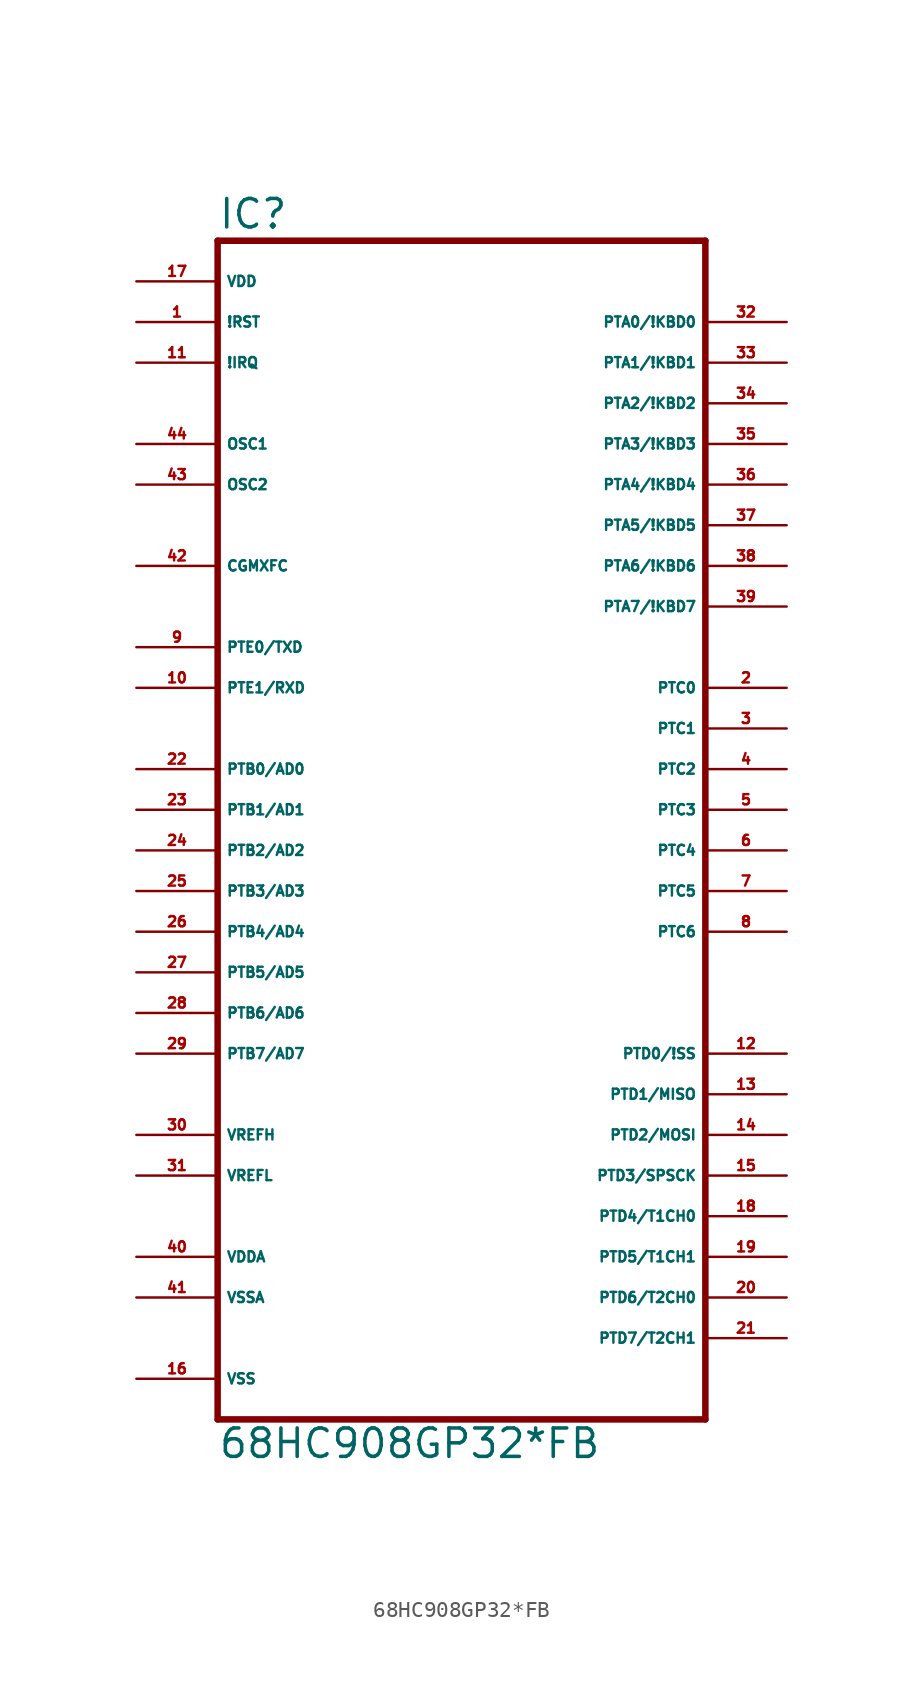
<source format=kicad_sym>
(kicad_symbol_lib
  (version 20220914)
  (generator Eagle2Kicad)
  (symbol "68HC908GP32*FB"
    (property "Reference" "IC"
      (at -15.24 38.735 0)
      (effects (font (size 1.778 1.778) (thickness 0.22)) (justify left bottom)))
    (property "Value" "68HC908GP32*FB"
      (at -15.24 -38.1 0)
      (effects (font (size 1.778 1.778) (thickness 0.22)) (justify left bottom)))
    (polyline
      (pts (xy -15.24 -35.56) (xy 15.24 -35.56))
      (stroke (width 0.406) (type default))
      (fill (type none)))
    (polyline
      (pts (xy 15.24 -35.56) (xy 15.24 38.1))
      (stroke (width 0.406) (type default))
      (fill (type none)))
    (polyline
      (pts (xy 15.24 38.1) (xy -15.24 38.1))
      (stroke (width 0.406) (type default))
      (fill (type none)))
    (polyline
      (pts (xy -15.24 38.1) (xy -15.24 -35.56))
      (stroke (width 0.406) (type default))
      (fill (type none)))
    (pin input line
      (at -20.32 25.4 0)
      (length 5.08)
      (name "OSC1" (effects (font (size 0.635 0.635) (thickness 0.08)) (justify left bottom)))
      (number "44" (effects (font (size 0.635 0.635) (thickness 0.08)) (justify left bottom))))
    (pin input line
      (at -20.32 22.86 0)
      (length 5.08)
      (name "OSC2" (effects (font (size 0.635 0.635) (thickness 0.08)) (justify left bottom)))
      (number "43" (effects (font (size 0.635 0.635) (thickness 0.08)) (justify left bottom))))
    (pin input line
      (at -20.32 33.02 0)
      (length 5.08)
      (name "!RST" (effects (font (size 0.635 0.635) (thickness 0.08)) (justify left bottom)))
      (number "1" (effects (font (size 0.635 0.635) (thickness 0.08)) (justify left bottom))))
    (pin bidirectional line
      (at 20.32 10.16 180)
      (length 5.08)
      (name "PTC0" (effects (font (size 0.635 0.635) (thickness 0.08)) (justify left bottom)))
      (number "2" (effects (font (size 0.635 0.635) (thickness 0.08)) (justify left bottom))))
    (pin input line
      (at -20.32 17.78 0)
      (length 5.08)
      (name "CGMXFC" (effects (font (size 0.635 0.635) (thickness 0.08)) (justify left bottom)))
      (number "42" (effects (font (size 0.635 0.635) (thickness 0.08)) (justify left bottom))))
    (pin bidirectional line
      (at 20.32 7.62 180)
      (length 5.08)
      (name "PTC1" (effects (font (size 0.635 0.635) (thickness 0.08)) (justify left bottom)))
      (number "3" (effects (font (size 0.635 0.635) (thickness 0.08)) (justify left bottom))))
    (pin bidirectional line
      (at 20.32 5.08 180)
      (length 5.08)
      (name "PTC2" (effects (font (size 0.635 0.635) (thickness 0.08)) (justify left bottom)))
      (number "4" (effects (font (size 0.635 0.635) (thickness 0.08)) (justify left bottom))))
    (pin bidirectional line
      (at 20.32 2.54 180)
      (length 5.08)
      (name "PTC3" (effects (font (size 0.635 0.635) (thickness 0.08)) (justify left bottom)))
      (number "5" (effects (font (size 0.635 0.635) (thickness 0.08)) (justify left bottom))))
    (pin bidirectional line
      (at 20.32 0 180)
      (length 5.08)
      (name "PTC4" (effects (font (size 0.635 0.635) (thickness 0.08)) (justify left bottom)))
      (number "6" (effects (font (size 0.635 0.635) (thickness 0.08)) (justify left bottom))))
    (pin bidirectional line
      (at 20.32 -2.54 180)
      (length 5.08)
      (name "PTC5" (effects (font (size 0.635 0.635) (thickness 0.08)) (justify left bottom)))
      (number "7" (effects (font (size 0.635 0.635) (thickness 0.08)) (justify left bottom))))
    (pin bidirectional line
      (at 20.32 -5.08 180)
      (length 5.08)
      (name "PTC6" (effects (font (size 0.635 0.635) (thickness 0.08)) (justify left bottom)))
      (number "8" (effects (font (size 0.635 0.635) (thickness 0.08)) (justify left bottom))))
    (pin bidirectional line
      (at 20.32 -12.7 180)
      (length 5.08)
      (name "PTD0/!SS" (effects (font (size 0.635 0.635) (thickness 0.08)) (justify left bottom)))
      (number "12" (effects (font (size 0.635 0.635) (thickness 0.08)) (justify left bottom))))
    (pin bidirectional line
      (at 20.32 -15.24 180)
      (length 5.08)
      (name "PTD1/MISO" (effects (font (size 0.635 0.635) (thickness 0.08)) (justify left bottom)))
      (number "13" (effects (font (size 0.635 0.635) (thickness 0.08)) (justify left bottom))))
    (pin bidirectional line
      (at 20.32 -17.78 180)
      (length 5.08)
      (name "PTD2/MOSI" (effects (font (size 0.635 0.635) (thickness 0.08)) (justify left bottom)))
      (number "14" (effects (font (size 0.635 0.635) (thickness 0.08)) (justify left bottom))))
    (pin bidirectional line
      (at 20.32 -20.32 180)
      (length 5.08)
      (name "PTD3/SPSCK" (effects (font (size 0.635 0.635) (thickness 0.08)) (justify left bottom)))
      (number "15" (effects (font (size 0.635 0.635) (thickness 0.08)) (justify left bottom))))
    (pin bidirectional line
      (at 20.32 -22.86 180)
      (length 5.08)
      (name "PTD4/T1CH0" (effects (font (size 0.635 0.635) (thickness 0.08)) (justify left bottom)))
      (number "18" (effects (font (size 0.635 0.635) (thickness 0.08)) (justify left bottom))))
    (pin bidirectional line
      (at 20.32 -25.4 180)
      (length 5.08)
      (name "PTD5/T1CH1" (effects (font (size 0.635 0.635) (thickness 0.08)) (justify left bottom)))
      (number "19" (effects (font (size 0.635 0.635) (thickness 0.08)) (justify left bottom))))
    (pin bidirectional line
      (at 20.32 -27.94 180)
      (length 5.08)
      (name "PTD6/T2CH0" (effects (font (size 0.635 0.635) (thickness 0.08)) (justify left bottom)))
      (number "20" (effects (font (size 0.635 0.635) (thickness 0.08)) (justify left bottom))))
    (pin bidirectional line
      (at 20.32 -30.48 180)
      (length 5.08)
      (name "PTD7/T2CH1" (effects (font (size 0.635 0.635) (thickness 0.08)) (justify left bottom)))
      (number "21" (effects (font (size 0.635 0.635) (thickness 0.08)) (justify left bottom))))
    (pin bidirectional line
      (at -20.32 12.7 0)
      (length 5.08)
      (name "PTE0/TXD" (effects (font (size 0.635 0.635) (thickness 0.08)) (justify left bottom)))
      (number "9" (effects (font (size 0.635 0.635) (thickness 0.08)) (justify left bottom))))
    (pin bidirectional line
      (at -20.32 10.16 0)
      (length 5.08)
      (name "PTE1/RXD" (effects (font (size 0.635 0.635) (thickness 0.08)) (justify left bottom)))
      (number "10" (effects (font (size 0.635 0.635) (thickness 0.08)) (justify left bottom))))
    (pin bidirectional line
      (at -20.32 5.08 0)
      (length 5.08)
      (name "PTB0/AD0" (effects (font (size 0.635 0.635) (thickness 0.08)) (justify left bottom)))
      (number "22" (effects (font (size 0.635 0.635) (thickness 0.08)) (justify left bottom))))
    (pin bidirectional line
      (at -20.32 2.54 0)
      (length 5.08)
      (name "PTB1/AD1" (effects (font (size 0.635 0.635) (thickness 0.08)) (justify left bottom)))
      (number "23" (effects (font (size 0.635 0.635) (thickness 0.08)) (justify left bottom))))
    (pin bidirectional line
      (at -20.32 0 0)
      (length 5.08)
      (name "PTB2/AD2" (effects (font (size 0.635 0.635) (thickness 0.08)) (justify left bottom)))
      (number "24" (effects (font (size 0.635 0.635) (thickness 0.08)) (justify left bottom))))
    (pin bidirectional line
      (at -20.32 -2.54 0)
      (length 5.08)
      (name "PTB3/AD3" (effects (font (size 0.635 0.635) (thickness 0.08)) (justify left bottom)))
      (number "25" (effects (font (size 0.635 0.635) (thickness 0.08)) (justify left bottom))))
    (pin bidirectional line
      (at -20.32 -5.08 0)
      (length 5.08)
      (name "PTB4/AD4" (effects (font (size 0.635 0.635) (thickness 0.08)) (justify left bottom)))
      (number "26" (effects (font (size 0.635 0.635) (thickness 0.08)) (justify left bottom))))
    (pin bidirectional line
      (at -20.32 -7.62 0)
      (length 5.08)
      (name "PTB5/AD5" (effects (font (size 0.635 0.635) (thickness 0.08)) (justify left bottom)))
      (number "27" (effects (font (size 0.635 0.635) (thickness 0.08)) (justify left bottom))))
    (pin bidirectional line
      (at -20.32 -10.16 0)
      (length 5.08)
      (name "PTB6/AD6" (effects (font (size 0.635 0.635) (thickness 0.08)) (justify left bottom)))
      (number "28" (effects (font (size 0.635 0.635) (thickness 0.08)) (justify left bottom))))
    (pin bidirectional line
      (at -20.32 -12.7 0)
      (length 5.08)
      (name "PTB7/AD7" (effects (font (size 0.635 0.635) (thickness 0.08)) (justify left bottom)))
      (number "29" (effects (font (size 0.635 0.635) (thickness 0.08)) (justify left bottom))))
    (pin bidirectional line
      (at 20.32 33.02 180)
      (length 5.08)
      (name "PTA0/!KBD0" (effects (font (size 0.635 0.635) (thickness 0.08)) (justify left bottom)))
      (number "32" (effects (font (size 0.635 0.635) (thickness 0.08)) (justify left bottom))))
    (pin bidirectional line
      (at 20.32 30.48 180)
      (length 5.08)
      (name "PTA1/!KBD1" (effects (font (size 0.635 0.635) (thickness 0.08)) (justify left bottom)))
      (number "33" (effects (font (size 0.635 0.635) (thickness 0.08)) (justify left bottom))))
    (pin bidirectional line
      (at 20.32 27.94 180)
      (length 5.08)
      (name "PTA2/!KBD2" (effects (font (size 0.635 0.635) (thickness 0.08)) (justify left bottom)))
      (number "34" (effects (font (size 0.635 0.635) (thickness 0.08)) (justify left bottom))))
    (pin bidirectional line
      (at 20.32 25.4 180)
      (length 5.08)
      (name "PTA3/!KBD3" (effects (font (size 0.635 0.635) (thickness 0.08)) (justify left bottom)))
      (number "35" (effects (font (size 0.635 0.635) (thickness 0.08)) (justify left bottom))))
    (pin bidirectional line
      (at 20.32 22.86 180)
      (length 5.08)
      (name "PTA4/!KBD4" (effects (font (size 0.635 0.635) (thickness 0.08)) (justify left bottom)))
      (number "36" (effects (font (size 0.635 0.635) (thickness 0.08)) (justify left bottom))))
    (pin bidirectional line
      (at 20.32 20.32 180)
      (length 5.08)
      (name "PTA5/!KBD5" (effects (font (size 0.635 0.635) (thickness 0.08)) (justify left bottom)))
      (number "37" (effects (font (size 0.635 0.635) (thickness 0.08)) (justify left bottom))))
    (pin bidirectional line
      (at 20.32 17.78 180)
      (length 5.08)
      (name "PTA6/!KBD6" (effects (font (size 0.635 0.635) (thickness 0.08)) (justify left bottom)))
      (number "38" (effects (font (size 0.635 0.635) (thickness 0.08)) (justify left bottom))))
    (pin bidirectional line
      (at 20.32 15.24 180)
      (length 5.08)
      (name "PTA7/!KBD7" (effects (font (size 0.635 0.635) (thickness 0.08)) (justify left bottom)))
      (number "39" (effects (font (size 0.635 0.635) (thickness 0.08)) (justify left bottom))))
    (pin unspecified line
      (at -20.32 -25.4 0)
      (length 5.08)
      (name "VDDA" (effects (font (size 0.635 0.635) (thickness 0.08)) (justify left bottom)))
      (number "40" (effects (font (size 0.635 0.635) (thickness 0.08)) (justify left bottom))))
    (pin unspecified line
      (at -20.32 -27.94 0)
      (length 5.08)
      (name "VSSA" (effects (font (size 0.635 0.635) (thickness 0.08)) (justify left bottom)))
      (number "41" (effects (font (size 0.635 0.635) (thickness 0.08)) (justify left bottom))))
    (pin input line
      (at -20.32 -20.32 0)
      (length 5.08)
      (name "VREFL" (effects (font (size 0.635 0.635) (thickness 0.08)) (justify left bottom)))
      (number "31" (effects (font (size 0.635 0.635) (thickness 0.08)) (justify left bottom))))
    (pin input line
      (at -20.32 -17.78 0)
      (length 5.08)
      (name "VREFH" (effects (font (size 0.635 0.635) (thickness 0.08)) (justify left bottom)))
      (number "30" (effects (font (size 0.635 0.635) (thickness 0.08)) (justify left bottom))))
    (pin unspecified line
      (at -20.32 35.56 0)
      (length 5.08)
      (name "VDD" (effects (font (size 0.635 0.635) (thickness 0.08)) (justify left bottom)))
      (number "17" (effects (font (size 0.635 0.635) (thickness 0.08)) (justify left bottom))))
    (pin unspecified line
      (at -20.32 -33.02 0)
      (length 5.08)
      (name "VSS" (effects (font (size 0.635 0.635) (thickness 0.08)) (justify left bottom)))
      (number "16" (effects (font (size 0.635 0.635) (thickness 0.08)) (justify left bottom))))
    (pin input line
      (at -20.32 30.48 0)
      (length 5.08)
      (name "!IRQ" (effects (font (size 0.635 0.635) (thickness 0.08)) (justify left bottom)))
      (number "11" (effects (font (size 0.635 0.635) (thickness 0.08)) (justify left bottom))))))
</source>
